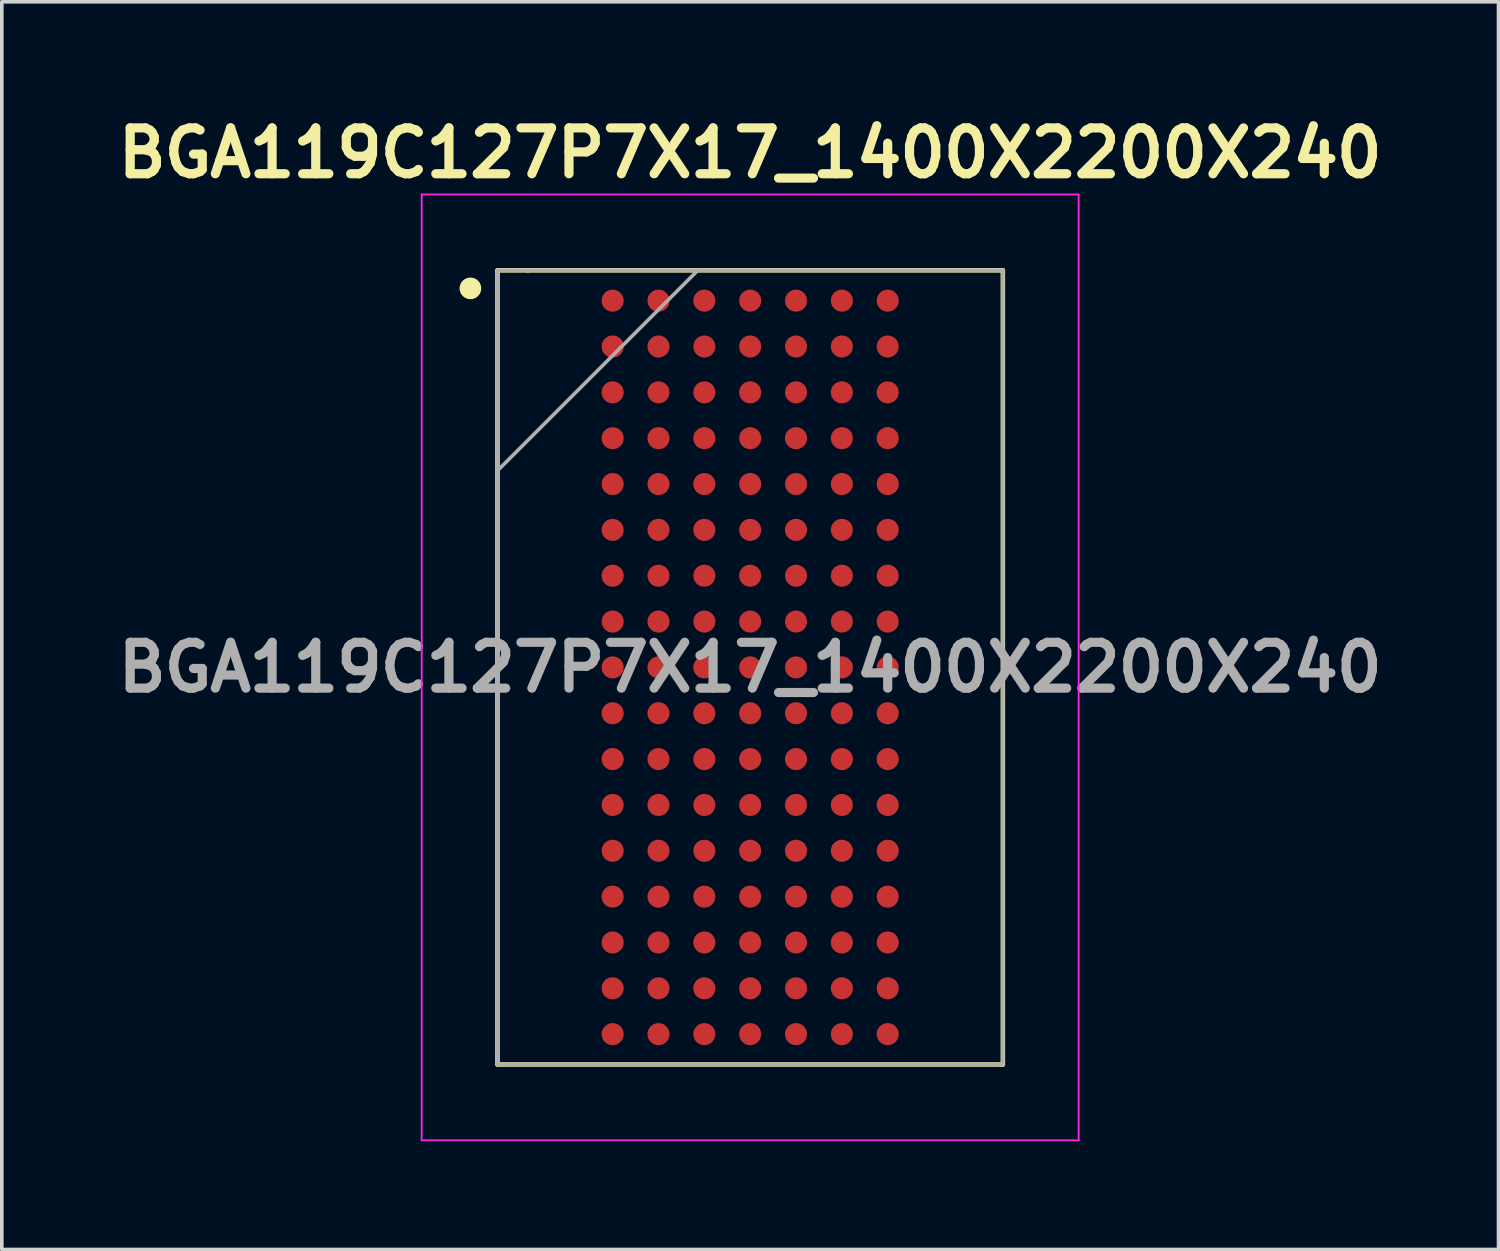
<source format=kicad_pcb>
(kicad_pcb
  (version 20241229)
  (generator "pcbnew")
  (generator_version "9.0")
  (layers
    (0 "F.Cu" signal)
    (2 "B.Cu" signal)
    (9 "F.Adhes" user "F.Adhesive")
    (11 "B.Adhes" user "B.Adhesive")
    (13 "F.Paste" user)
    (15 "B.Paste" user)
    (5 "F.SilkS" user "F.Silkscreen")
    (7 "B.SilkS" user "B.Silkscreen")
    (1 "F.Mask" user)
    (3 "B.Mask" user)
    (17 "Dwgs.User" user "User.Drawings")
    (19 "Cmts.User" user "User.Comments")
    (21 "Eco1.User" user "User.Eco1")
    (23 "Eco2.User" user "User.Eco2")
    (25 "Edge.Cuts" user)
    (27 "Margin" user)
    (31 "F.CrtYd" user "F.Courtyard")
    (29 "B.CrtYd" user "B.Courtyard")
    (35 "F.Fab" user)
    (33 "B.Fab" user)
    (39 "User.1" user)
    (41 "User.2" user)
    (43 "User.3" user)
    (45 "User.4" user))
  (footprint "BGA119C127P7X17_1400X2200X240"
    (layer "F.Cu")
    (at 17.732 15.439)
    (property "Reference" "BGA119C127P7X17_1400X2200X240" (at 0 -14.25 0) (layer "F.SilkS") (effects (font (size 1.27 1.27) (thickness 0.254))))
    (attr smd)
    (fp_line (start -7 -11) (end -6.16 -11) (stroke (width 0.125) (type solid)) (layer "F.SilkS"))
    (fp_line (start -7 11) (end -7 -11) (stroke (width 0.125) (type solid)) (layer "F.SilkS"))
    (fp_line (start -6.16 -11) (end 7 -11) (stroke (width 0.125) (type solid)) (layer "F.SilkS"))
    (fp_line (start 7 -11) (end 7 11) (stroke (width 0.125) (type solid)) (layer "F.SilkS"))
    (fp_line (start 7 11) (end -7 11) (stroke (width 0.125) (type solid)) (layer "F.SilkS"))
    (fp_circle (center -7.75 -10.5) (end -7.6 -10.5) (stroke (width 0.3) (type solid)) (fill no) (layer "F.SilkS"))
    (fp_line (start -9.1 -13.1) (end 9.1 -13.1) (stroke (width 0.05) (type solid)) (layer "F.CrtYd"))
    (fp_line (start -9.1 13.1) (end -9.1 -13.1) (stroke (width 0.05) (type solid)) (layer "F.CrtYd"))
    (fp_line (start 9.1 -13.1) (end 9.1 13.1) (stroke (width 0.05) (type solid)) (layer "F.CrtYd"))
    (fp_line (start 9.1 13.1) (end -9.1 13.1) (stroke (width 0.05) (type solid)) (layer "F.CrtYd"))
    (fp_line (start -7 -11) (end 7 -11) (stroke (width 0.1) (type solid)) (layer "F.Fab"))
    (fp_line (start -7 -5.45) (end -1.45 -11) (stroke (width 0.1) (type solid)) (layer "F.Fab"))
    (fp_line (start -7 11) (end -7 -11) (stroke (width 0.1) (type solid)) (layer "F.Fab"))
    (fp_line (start 7 -11) (end 7 11) (stroke (width 0.1) (type solid)) (layer "F.Fab"))
    (fp_line (start 7 11) (end -7 11) (stroke (width 0.1) (type solid)) (layer "F.Fab"))
    (fp_text user "${REFERENCE}" (at 0 0 0) (layer "F.Fab") (effects (font (size 1.27 1.27) (thickness 0.254))))
    (pad "A1" smd circle (at -3.81 -10.16 90) (size 0.612 0.612) (layers "F.Cu" "F.Mask" "F.Paste"))
    (pad "A2" smd circle (at -2.54 -10.16 90) (size 0.612 0.612) (layers "F.Cu" "F.Mask" "F.Paste"))
    (pad "A3" smd circle (at -1.27 -10.16 90) (size 0.612 0.612) (layers "F.Cu" "F.Mask" "F.Paste"))
    (pad "A4" smd circle (at 0 -10.16 90) (size 0.612 0.612) (layers "F.Cu" "F.Mask" "F.Paste"))
    (pad "A5" smd circle (at 1.27 -10.16 90) (size 0.612 0.612) (layers "F.Cu" "F.Mask" "F.Paste"))
    (pad "A6" smd circle (at 2.54 -10.16 90) (size 0.612 0.612) (layers "F.Cu" "F.Mask" "F.Paste"))
    (pad "A7" smd circle (at 3.81 -10.16 90) (size 0.612 0.612) (layers "F.Cu" "F.Mask" "F.Paste"))
    (pad "B1" smd circle (at -3.81 -8.89 90) (size 0.612 0.612) (layers "F.Cu" "F.Mask" "F.Paste"))
    (pad "B2" smd circle (at -2.54 -8.89 90) (size 0.612 0.612) (layers "F.Cu" "F.Mask" "F.Paste"))
    (pad "B3" smd circle (at -1.27 -8.89 90) (size 0.612 0.612) (layers "F.Cu" "F.Mask" "F.Paste"))
    (pad "B4" smd circle (at 0 -8.89 90) (size 0.612 0.612) (layers "F.Cu" "F.Mask" "F.Paste"))
    (pad "B5" smd circle (at 1.27 -8.89 90) (size 0.612 0.612) (layers "F.Cu" "F.Mask" "F.Paste"))
    (pad "B6" smd circle (at 2.54 -8.89 90) (size 0.612 0.612) (layers "F.Cu" "F.Mask" "F.Paste"))
    (pad "B7" smd circle (at 3.81 -8.89 90) (size 0.612 0.612) (layers "F.Cu" "F.Mask" "F.Paste"))
    (pad "C1" smd circle (at -3.81 -7.62 90) (size 0.612 0.612) (layers "F.Cu" "F.Mask" "F.Paste"))
    (pad "C2" smd circle (at -2.54 -7.62 90) (size 0.612 0.612) (layers "F.Cu" "F.Mask" "F.Paste"))
    (pad "C3" smd circle (at -1.27 -7.62 90) (size 0.612 0.612) (layers "F.Cu" "F.Mask" "F.Paste"))
    (pad "C4" smd circle (at 0 -7.62 90) (size 0.612 0.612) (layers "F.Cu" "F.Mask" "F.Paste"))
    (pad "C5" smd circle (at 1.27 -7.62 90) (size 0.612 0.612) (layers "F.Cu" "F.Mask" "F.Paste"))
    (pad "C6" smd circle (at 2.54 -7.62 90) (size 0.612 0.612) (layers "F.Cu" "F.Mask" "F.Paste"))
    (pad "C7" smd circle (at 3.81 -7.62 90) (size 0.612 0.612) (layers "F.Cu" "F.Mask" "F.Paste"))
    (pad "D1" smd circle (at -3.81 -6.35 90) (size 0.612 0.612) (layers "F.Cu" "F.Mask" "F.Paste"))
    (pad "D2" smd circle (at -2.54 -6.35 90) (size 0.612 0.612) (layers "F.Cu" "F.Mask" "F.Paste"))
    (pad "D3" smd circle (at -1.27 -6.35 90) (size 0.612 0.612) (layers "F.Cu" "F.Mask" "F.Paste"))
    (pad "D4" smd circle (at 0 -6.35 90) (size 0.612 0.612) (layers "F.Cu" "F.Mask" "F.Paste"))
    (pad "D5" smd circle (at 1.27 -6.35 90) (size 0.612 0.612) (layers "F.Cu" "F.Mask" "F.Paste"))
    (pad "D6" smd circle (at 2.54 -6.35 90) (size 0.612 0.612) (layers "F.Cu" "F.Mask" "F.Paste"))
    (pad "D7" smd circle (at 3.81 -6.35 90) (size 0.612 0.612) (layers "F.Cu" "F.Mask" "F.Paste"))
    (pad "E1" smd circle (at -3.81 -5.08 90) (size 0.612 0.612) (layers "F.Cu" "F.Mask" "F.Paste"))
    (pad "E2" smd circle (at -2.54 -5.08 90) (size 0.612 0.612) (layers "F.Cu" "F.Mask" "F.Paste"))
    (pad "E3" smd circle (at -1.27 -5.08 90) (size 0.612 0.612) (layers "F.Cu" "F.Mask" "F.Paste"))
    (pad "E4" smd circle (at 0 -5.08 90) (size 0.612 0.612) (layers "F.Cu" "F.Mask" "F.Paste"))
    (pad "E5" smd circle (at 1.27 -5.08 90) (size 0.612 0.612) (layers "F.Cu" "F.Mask" "F.Paste"))
    (pad "E6" smd circle (at 2.54 -5.08 90) (size 0.612 0.612) (layers "F.Cu" "F.Mask" "F.Paste"))
    (pad "E7" smd circle (at 3.81 -5.08 90) (size 0.612 0.612) (layers "F.Cu" "F.Mask" "F.Paste"))
    (pad "F1" smd circle (at -3.81 -3.81 90) (size 0.612 0.612) (layers "F.Cu" "F.Mask" "F.Paste"))
    (pad "F2" smd circle (at -2.54 -3.81 90) (size 0.612 0.612) (layers "F.Cu" "F.Mask" "F.Paste"))
    (pad "F3" smd circle (at -1.27 -3.81 90) (size 0.612 0.612) (layers "F.Cu" "F.Mask" "F.Paste"))
    (pad "F4" smd circle (at 0 -3.81 90) (size 0.612 0.612) (layers "F.Cu" "F.Mask" "F.Paste"))
    (pad "F5" smd circle (at 1.27 -3.81 90) (size 0.612 0.612) (layers "F.Cu" "F.Mask" "F.Paste"))
    (pad "F6" smd circle (at 2.54 -3.81 90) (size 0.612 0.612) (layers "F.Cu" "F.Mask" "F.Paste"))
    (pad "F7" smd circle (at 3.81 -3.81 90) (size 0.612 0.612) (layers "F.Cu" "F.Mask" "F.Paste"))
    (pad "G1" smd circle (at -3.81 -2.54 90) (size 0.612 0.612) (layers "F.Cu" "F.Mask" "F.Paste"))
    (pad "G2" smd circle (at -2.54 -2.54 90) (size 0.612 0.612) (layers "F.Cu" "F.Mask" "F.Paste"))
    (pad "G3" smd circle (at -1.27 -2.54 90) (size 0.612 0.612) (layers "F.Cu" "F.Mask" "F.Paste"))
    (pad "G4" smd circle (at 0 -2.54 90) (size 0.612 0.612) (layers "F.Cu" "F.Mask" "F.Paste"))
    (pad "G5" smd circle (at 1.27 -2.54 90) (size 0.612 0.612) (layers "F.Cu" "F.Mask" "F.Paste"))
    (pad "G6" smd circle (at 2.54 -2.54 90) (size 0.612 0.612) (layers "F.Cu" "F.Mask" "F.Paste"))
    (pad "G7" smd circle (at 3.81 -2.54 90) (size 0.612 0.612) (layers "F.Cu" "F.Mask" "F.Paste"))
    (pad "H1" smd circle (at -3.81 -1.27 90) (size 0.612 0.612) (layers "F.Cu" "F.Mask" "F.Paste"))
    (pad "H2" smd circle (at -2.54 -1.27 90) (size 0.612 0.612) (layers "F.Cu" "F.Mask" "F.Paste"))
    (pad "H3" smd circle (at -1.27 -1.27 90) (size 0.612 0.612) (layers "F.Cu" "F.Mask" "F.Paste"))
    (pad "H4" smd circle (at 0 -1.27 90) (size 0.612 0.612) (layers "F.Cu" "F.Mask" "F.Paste"))
    (pad "H5" smd circle (at 1.27 -1.27 90) (size 0.612 0.612) (layers "F.Cu" "F.Mask" "F.Paste"))
    (pad "H6" smd circle (at 2.54 -1.27 90) (size 0.612 0.612) (layers "F.Cu" "F.Mask" "F.Paste"))
    (pad "H7" smd circle (at 3.81 -1.27 90) (size 0.612 0.612) (layers "F.Cu" "F.Mask" "F.Paste"))
    (pad "J1" smd circle (at -3.81 0 90) (size 0.612 0.612) (layers "F.Cu" "F.Mask" "F.Paste"))
    (pad "J2" smd circle (at -2.54 0 90) (size 0.612 0.612) (layers "F.Cu" "F.Mask" "F.Paste"))
    (pad "J3" smd circle (at -1.27 0 90) (size 0.612 0.612) (layers "F.Cu" "F.Mask" "F.Paste"))
    (pad "J4" smd circle (at 0 0 90) (size 0.612 0.612) (layers "F.Cu" "F.Mask" "F.Paste"))
    (pad "J5" smd circle (at 1.27 0 90) (size 0.612 0.612) (layers "F.Cu" "F.Mask" "F.Paste"))
    (pad "J6" smd circle (at 2.54 0 90) (size 0.612 0.612) (layers "F.Cu" "F.Mask" "F.Paste"))
    (pad "J7" smd circle (at 3.81 0 90) (size 0.612 0.612) (layers "F.Cu" "F.Mask" "F.Paste"))
    (pad "K1" smd circle (at -3.81 1.27 90) (size 0.612 0.612) (layers "F.Cu" "F.Mask" "F.Paste"))
    (pad "K2" smd circle (at -2.54 1.27 90) (size 0.612 0.612) (layers "F.Cu" "F.Mask" "F.Paste"))
    (pad "K3" smd circle (at -1.27 1.27 90) (size 0.612 0.612) (layers "F.Cu" "F.Mask" "F.Paste"))
    (pad "K4" smd circle (at 0 1.27 90) (size 0.612 0.612) (layers "F.Cu" "F.Mask" "F.Paste"))
    (pad "K5" smd circle (at 1.27 1.27 90) (size 0.612 0.612) (layers "F.Cu" "F.Mask" "F.Paste"))
    (pad "K6" smd circle (at 2.54 1.27 90) (size 0.612 0.612) (layers "F.Cu" "F.Mask" "F.Paste"))
    (pad "K7" smd circle (at 3.81 1.27 90) (size 0.612 0.612) (layers "F.Cu" "F.Mask" "F.Paste"))
    (pad "L1" smd circle (at -3.81 2.54 90) (size 0.612 0.612) (layers "F.Cu" "F.Mask" "F.Paste"))
    (pad "L2" smd circle (at -2.54 2.54 90) (size 0.612 0.612) (layers "F.Cu" "F.Mask" "F.Paste"))
    (pad "L3" smd circle (at -1.27 2.54 90) (size 0.612 0.612) (layers "F.Cu" "F.Mask" "F.Paste"))
    (pad "L4" smd circle (at 0 2.54 90) (size 0.612 0.612) (layers "F.Cu" "F.Mask" "F.Paste"))
    (pad "L5" smd circle (at 1.27 2.54 90) (size 0.612 0.612) (layers "F.Cu" "F.Mask" "F.Paste"))
    (pad "L6" smd circle (at 2.54 2.54 90) (size 0.612 0.612) (layers "F.Cu" "F.Mask" "F.Paste"))
    (pad "L7" smd circle (at 3.81 2.54 90) (size 0.612 0.612) (layers "F.Cu" "F.Mask" "F.Paste"))
    (pad "M1" smd circle (at -3.81 3.81 90) (size 0.612 0.612) (layers "F.Cu" "F.Mask" "F.Paste"))
    (pad "M2" smd circle (at -2.54 3.81 90) (size 0.612 0.612) (layers "F.Cu" "F.Mask" "F.Paste"))
    (pad "M3" smd circle (at -1.27 3.81 90) (size 0.612 0.612) (layers "F.Cu" "F.Mask" "F.Paste"))
    (pad "M4" smd circle (at 0 3.81 90) (size 0.612 0.612) (layers "F.Cu" "F.Mask" "F.Paste"))
    (pad "M5" smd circle (at 1.27 3.81 90) (size 0.612 0.612) (layers "F.Cu" "F.Mask" "F.Paste"))
    (pad "M6" smd circle (at 2.54 3.81 90) (size 0.612 0.612) (layers "F.Cu" "F.Mask" "F.Paste"))
    (pad "M7" smd circle (at 3.81 3.81 90) (size 0.612 0.612) (layers "F.Cu" "F.Mask" "F.Paste"))
    (pad "N1" smd circle (at -3.81 5.08 90) (size 0.612 0.612) (layers "F.Cu" "F.Mask" "F.Paste"))
    (pad "N2" smd circle (at -2.54 5.08 90) (size 0.612 0.612) (layers "F.Cu" "F.Mask" "F.Paste"))
    (pad "N3" smd circle (at -1.27 5.08 90) (size 0.612 0.612) (layers "F.Cu" "F.Mask" "F.Paste"))
    (pad "N4" smd circle (at 0 5.08 90) (size 0.612 0.612) (layers "F.Cu" "F.Mask" "F.Paste"))
    (pad "N5" smd circle (at 1.27 5.08 90) (size 0.612 0.612) (layers "F.Cu" "F.Mask" "F.Paste"))
    (pad "N6" smd circle (at 2.54 5.08 90) (size 0.612 0.612) (layers "F.Cu" "F.Mask" "F.Paste"))
    (pad "N7" smd circle (at 3.81 5.08 90) (size 0.612 0.612) (layers "F.Cu" "F.Mask" "F.Paste"))
    (pad "P1" smd circle (at -3.81 6.35 90) (size 0.612 0.612) (layers "F.Cu" "F.Mask" "F.Paste"))
    (pad "P2" smd circle (at -2.54 6.35 90) (size 0.612 0.612) (layers "F.Cu" "F.Mask" "F.Paste"))
    (pad "P3" smd circle (at -1.27 6.35 90) (size 0.612 0.612) (layers "F.Cu" "F.Mask" "F.Paste"))
    (pad "P4" smd circle (at 0 6.35 90) (size 0.612 0.612) (layers "F.Cu" "F.Mask" "F.Paste"))
    (pad "P5" smd circle (at 1.27 6.35 90) (size 0.612 0.612) (layers "F.Cu" "F.Mask" "F.Paste"))
    (pad "P6" smd circle (at 2.54 6.35 90) (size 0.612 0.612) (layers "F.Cu" "F.Mask" "F.Paste"))
    (pad "P7" smd circle (at 3.81 6.35 90) (size 0.612 0.612) (layers "F.Cu" "F.Mask" "F.Paste"))
    (pad "R1" smd circle (at -3.81 7.62 90) (size 0.612 0.612) (layers "F.Cu" "F.Mask" "F.Paste"))
    (pad "R2" smd circle (at -2.54 7.62 90) (size 0.612 0.612) (layers "F.Cu" "F.Mask" "F.Paste"))
    (pad "R3" smd circle (at -1.27 7.62 90) (size 0.612 0.612) (layers "F.Cu" "F.Mask" "F.Paste"))
    (pad "R4" smd circle (at 0 7.62 90) (size 0.612 0.612) (layers "F.Cu" "F.Mask" "F.Paste"))
    (pad "R5" smd circle (at 1.27 7.62 90) (size 0.612 0.612) (layers "F.Cu" "F.Mask" "F.Paste"))
    (pad "R6" smd circle (at 2.54 7.62 90) (size 0.612 0.612) (layers "F.Cu" "F.Mask" "F.Paste"))
    (pad "R7" smd circle (at 3.81 7.62 90) (size 0.612 0.612) (layers "F.Cu" "F.Mask" "F.Paste"))
    (pad "T1" smd circle (at -3.81 8.89 90) (size 0.612 0.612) (layers "F.Cu" "F.Mask" "F.Paste"))
    (pad "T2" smd circle (at -2.54 8.89 90) (size 0.612 0.612) (layers "F.Cu" "F.Mask" "F.Paste"))
    (pad "T3" smd circle (at -1.27 8.89 90) (size 0.612 0.612) (layers "F.Cu" "F.Mask" "F.Paste"))
    (pad "T4" smd circle (at 0 8.89 90) (size 0.612 0.612) (layers "F.Cu" "F.Mask" "F.Paste"))
    (pad "T5" smd circle (at 1.27 8.89 90) (size 0.612 0.612) (layers "F.Cu" "F.Mask" "F.Paste"))
    (pad "T6" smd circle (at 2.54 8.89 90) (size 0.612 0.612) (layers "F.Cu" "F.Mask" "F.Paste"))
    (pad "T7" smd circle (at 3.81 8.89 90) (size 0.612 0.612) (layers "F.Cu" "F.Mask" "F.Paste"))
    (pad "U1" smd circle (at -3.81 10.16 90) (size 0.612 0.612) (layers "F.Cu" "F.Mask" "F.Paste"))
    (pad "U2" smd circle (at -2.54 10.16 90) (size 0.612 0.612) (layers "F.Cu" "F.Mask" "F.Paste"))
    (pad "U3" smd circle (at -1.27 10.16 90) (size 0.612 0.612) (layers "F.Cu" "F.Mask" "F.Paste"))
    (pad "U4" smd circle (at 0 10.16 90) (size 0.612 0.612) (layers "F.Cu" "F.Mask" "F.Paste"))
    (pad "U5" smd circle (at 1.27 10.16 90) (size 0.612 0.612) (layers "F.Cu" "F.Mask" "F.Paste"))
    (pad "U6" smd circle (at 2.54 10.16 90) (size 0.612 0.612) (layers "F.Cu" "F.Mask" "F.Paste"))
    (pad "U7" smd circle (at 3.81 10.16 90) (size 0.612 0.612) (layers "F.Cu" "F.Mask" "F.Paste")))
  (gr_rect
    (start -3 -3)
    (end 38.463 31.564)
    (stroke (width 0.1) (type default))
    (fill no)
    (layer "Edge.Cuts")))
</source>
